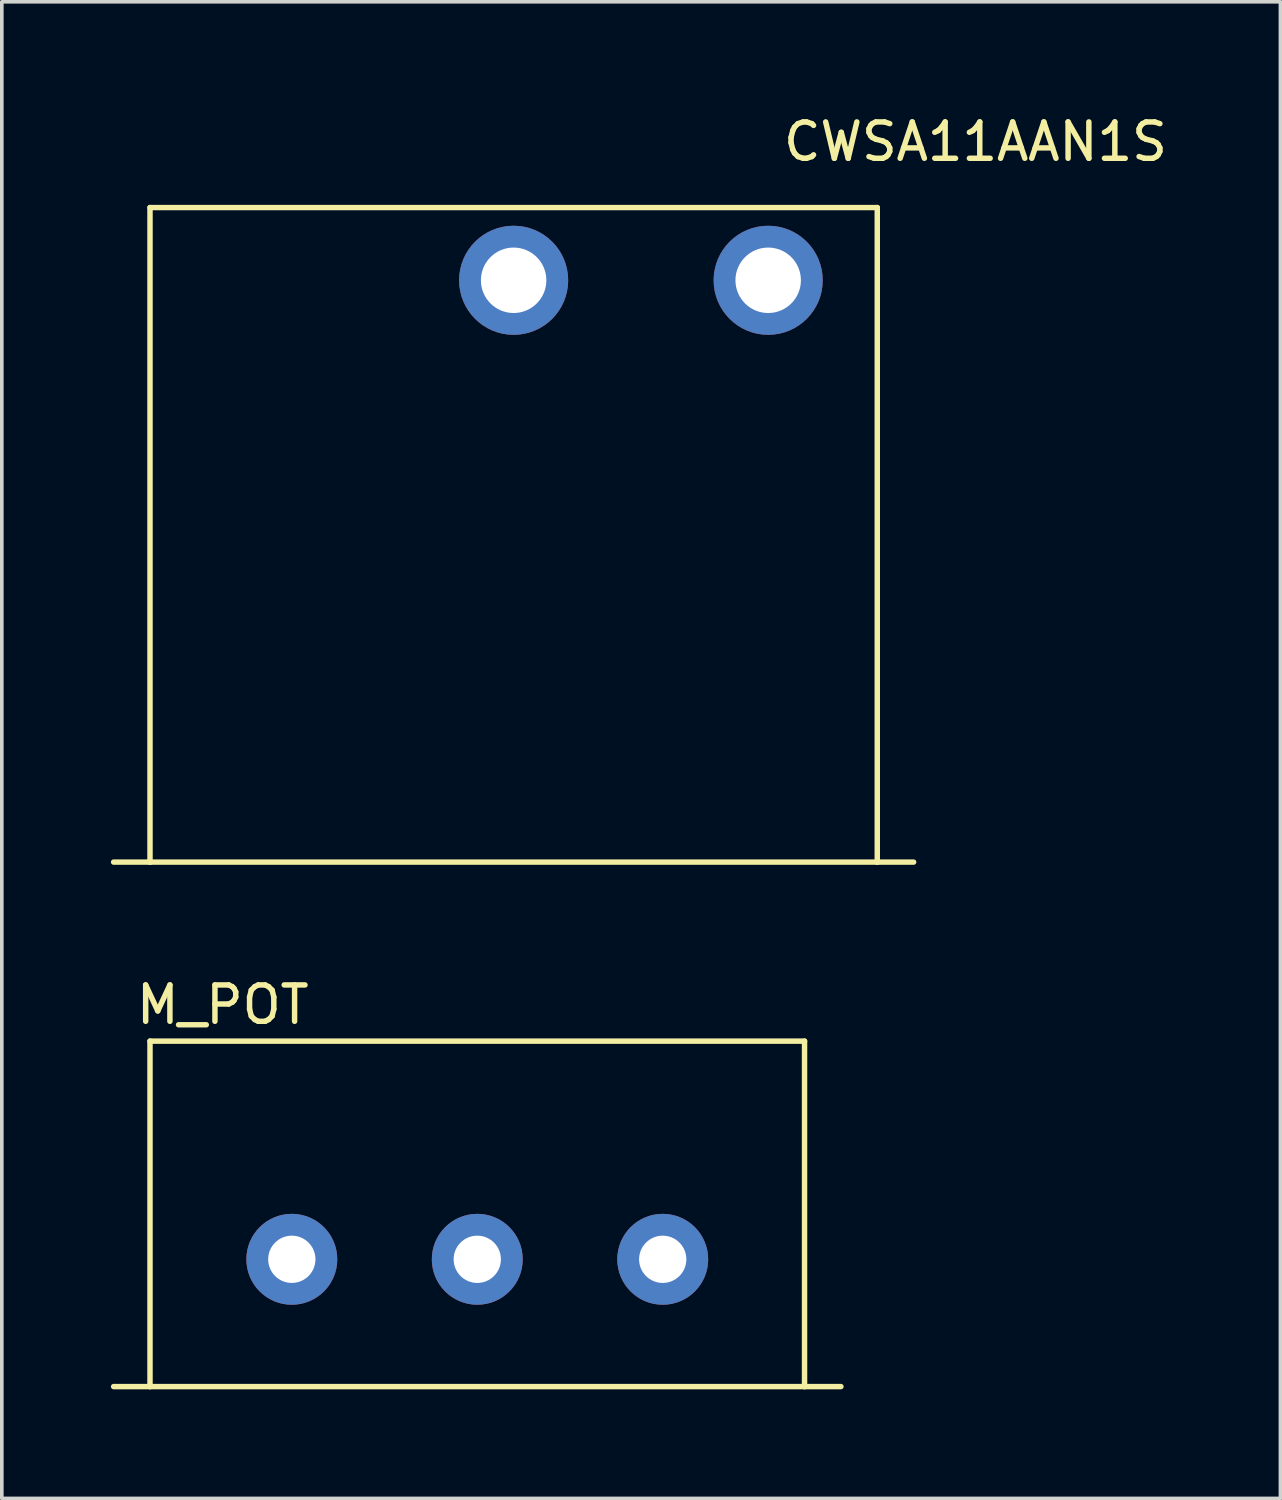
<source format=kicad_pcb>
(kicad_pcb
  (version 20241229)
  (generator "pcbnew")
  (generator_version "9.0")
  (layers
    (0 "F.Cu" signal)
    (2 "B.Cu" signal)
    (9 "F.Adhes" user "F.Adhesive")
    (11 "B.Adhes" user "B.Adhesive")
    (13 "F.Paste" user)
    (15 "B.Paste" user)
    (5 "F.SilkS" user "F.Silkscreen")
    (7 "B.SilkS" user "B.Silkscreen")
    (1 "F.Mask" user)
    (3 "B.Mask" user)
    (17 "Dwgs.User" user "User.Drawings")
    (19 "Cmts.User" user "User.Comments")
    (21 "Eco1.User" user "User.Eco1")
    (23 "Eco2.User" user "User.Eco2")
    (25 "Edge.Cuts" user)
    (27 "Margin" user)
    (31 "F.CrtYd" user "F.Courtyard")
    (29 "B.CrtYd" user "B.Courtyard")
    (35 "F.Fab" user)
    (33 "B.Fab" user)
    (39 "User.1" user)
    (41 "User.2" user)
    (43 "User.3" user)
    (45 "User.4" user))
  (footprint "M_POT"
    (layer "F.Cu")
    (at 10.075 31.581)
    (property "Reference" "M_POT" (at -7 -7 0) (layer "F.SilkS") (effects (font (size 1 1) (thickness 0.15))))
    (attr through_hole)
    (fp_line (start -9 -6) (end 9 -6) (stroke (width 0.15) (type solid)) (layer "F.SilkS"))
    (fp_line (start -9 3.5) (end -10 3.5) (stroke (width 0.15) (type solid)) (layer "F.SilkS"))
    (fp_line (start -9 3.5) (end -9 -6) (stroke (width 0.15) (type solid)) (layer "F.SilkS"))
    (fp_line (start 9 -6) (end 9 3.5) (stroke (width 0.15) (type solid)) (layer "F.SilkS"))
    (fp_line (start 9 3.5) (end -9 3.5) (stroke (width 0.15) (type solid)) (layer "F.SilkS"))
    (fp_line (start 9 3.5) (end 10 3.5) (stroke (width 0.15) (type solid)) (layer "F.SilkS"))
    (pad "1" thru_hole circle (at -5.1 0) (size 2.5 2.5) (drill 1.3) (layers "*.Cu" "*.Mask"))
    (pad "2" thru_hole circle (at 0 0) (size 2.5 2.5) (drill 1.3) (layers "*.Cu" "*.Mask"))
    (pad "3" thru_hole circle (at 5.1 0) (size 2.5 2.5) (drill 1.3) (layers "*.Cu" "*.Mask")))
  (footprint "CWSA11AAN1S"
    (layer "F.Cu")
    (at 11.075 4.658)
    (property "Reference" "CWSA11AAN1S" (at 12.7 -3.81 0) (layer "F.SilkS") (effects (font (size 1 1) (thickness 0.15))))
    (attr through_hole)
    (fp_line (start -11 16) (end -10 16) (stroke (width 0.15) (type solid)) (layer "F.SilkS"))
    (fp_line (start -10 -2) (end 10 -2) (stroke (width 0.15) (type solid)) (layer "F.SilkS"))
    (fp_line (start -10 16) (end -10 -2) (stroke (width 0.15) (type solid)) (layer "F.SilkS"))
    (fp_line (start 10 -2) (end 10 16) (stroke (width 0.15) (type solid)) (layer "F.SilkS"))
    (fp_line (start 10 16) (end -10 16) (stroke (width 0.15) (type solid)) (layer "F.SilkS"))
    (fp_line (start 10 16) (end 11 16) (stroke (width 0.15) (type solid)) (layer "F.SilkS"))
    (pad "1" thru_hole circle (at 0 0) (size 3 3) (drill 1.8) (layers "*.Cu" "*.Mask"))
    (pad "2" thru_hole circle (at 7 0) (size 3 3) (drill 1.8) (layers "*.Cu" "*.Mask")))
  (gr_rect
    (start -3 -3)
    (end 32.162 38.157)
    (stroke (width 0.1) (type default))
    (fill no)
    (layer "Edge.Cuts")))
</source>
